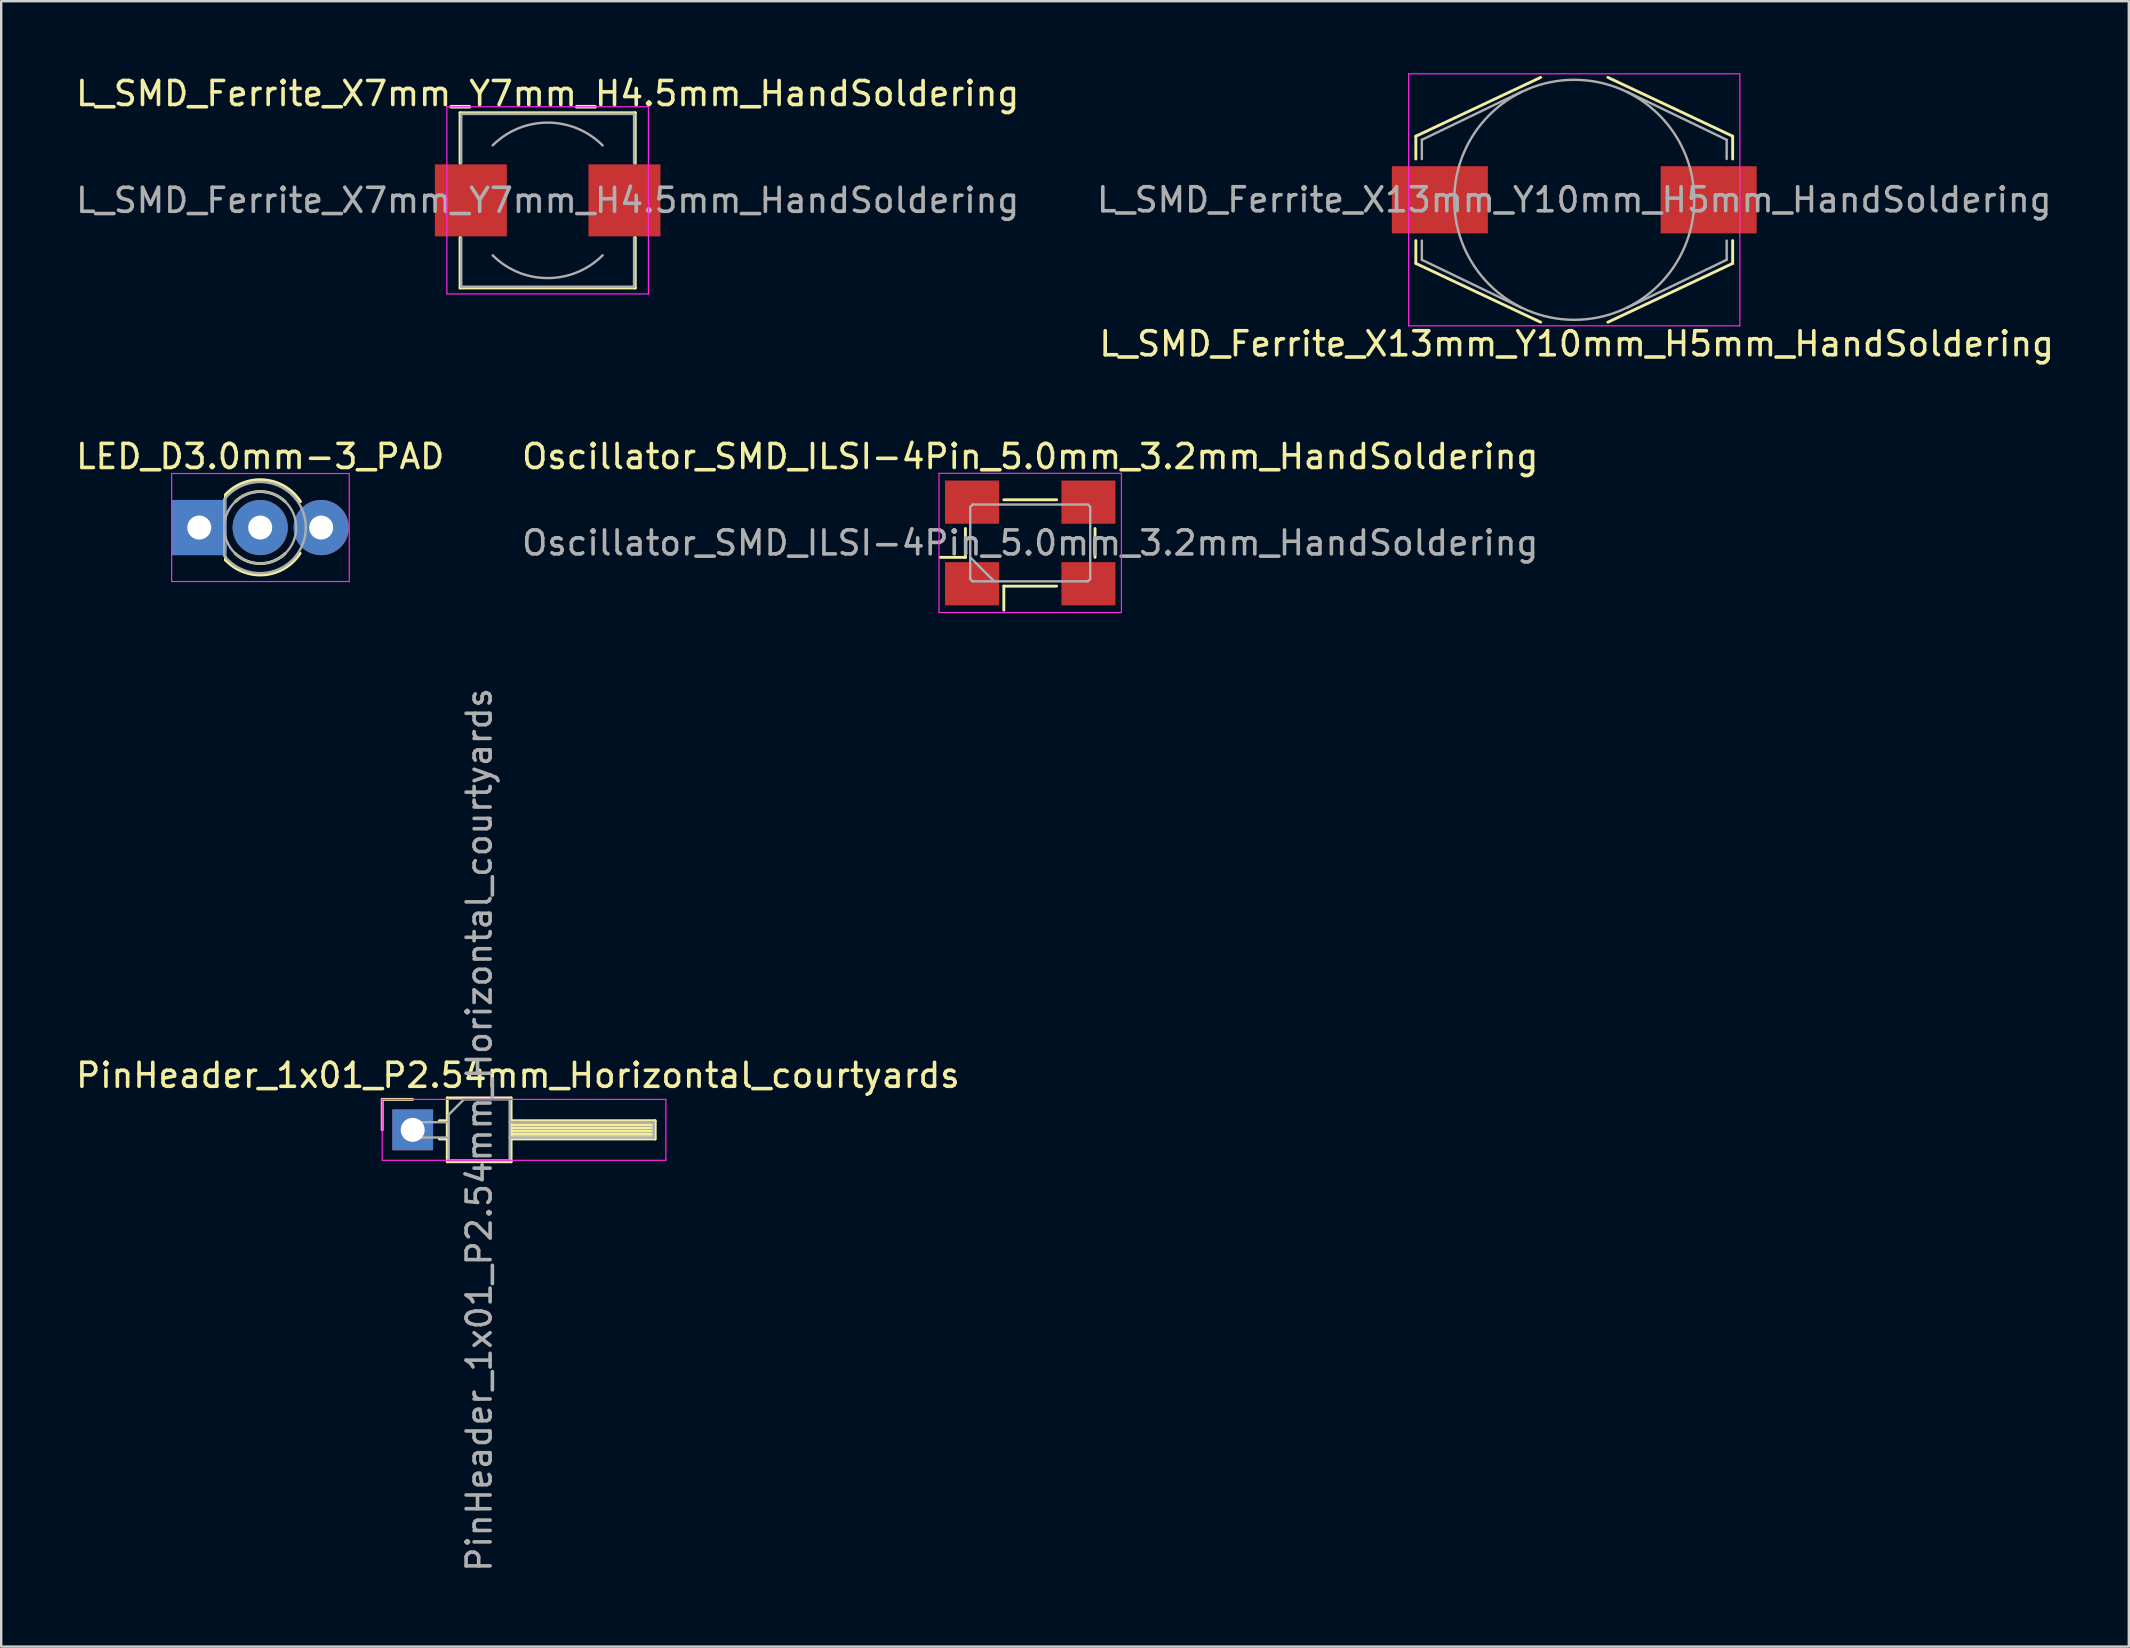
<source format=kicad_pcb>
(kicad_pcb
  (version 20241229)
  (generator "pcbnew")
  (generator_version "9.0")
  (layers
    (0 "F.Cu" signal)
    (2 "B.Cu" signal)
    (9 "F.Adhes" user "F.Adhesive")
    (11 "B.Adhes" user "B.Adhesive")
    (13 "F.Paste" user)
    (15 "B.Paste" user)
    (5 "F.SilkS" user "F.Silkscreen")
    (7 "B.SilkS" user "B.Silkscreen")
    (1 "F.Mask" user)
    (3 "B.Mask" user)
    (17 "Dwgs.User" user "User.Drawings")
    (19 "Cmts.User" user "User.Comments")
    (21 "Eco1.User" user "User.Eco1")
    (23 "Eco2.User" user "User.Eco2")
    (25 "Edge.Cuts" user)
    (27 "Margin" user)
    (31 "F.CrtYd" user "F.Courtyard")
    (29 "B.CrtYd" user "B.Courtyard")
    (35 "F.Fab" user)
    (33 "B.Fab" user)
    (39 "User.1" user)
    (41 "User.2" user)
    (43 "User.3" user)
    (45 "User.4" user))
  (footprint "PinHeader_1x01_P2.54mm_Horizontal_courtyards"
    (layer "F.Cu")
    (at 14.145 44.026)
    (property "Reference" "PinHeader_1x01_P2.54mm_Horizontal_courtyards" (at 4.385 -2.27 0) (layer "F.SilkS") (effects (font (size 1 1) (thickness 0.15))))
    (attr through_hole)
    (fp_line (start -1.27 -1.27) (end 0 -1.27) (stroke (width 0.12) (type solid)) (layer "F.SilkS"))
    (fp_line (start -1.27 0) (end -1.27 -1.27) (stroke (width 0.12) (type solid)) (layer "F.SilkS"))
    (fp_line (start 1.11 -0.38) (end 1.44 -0.38) (stroke (width 0.12) (type solid)) (layer "F.SilkS"))
    (fp_line (start 1.11 0.38) (end 1.44 0.38) (stroke (width 0.12) (type solid)) (layer "F.SilkS"))
    (fp_line (start 1.44 -1.33) (end 1.44 1.33) (stroke (width 0.12) (type solid)) (layer "F.SilkS"))
    (fp_line (start 1.44 1.33) (end 4.1 1.33) (stroke (width 0.12) (type solid)) (layer "F.SilkS"))
    (fp_line (start 4.1 -1.33) (end 1.44 -1.33) (stroke (width 0.12) (type solid)) (layer "F.SilkS"))
    (fp_line (start 4.1 -0.38) (end 10.1 -0.38) (stroke (width 0.12) (type solid)) (layer "F.SilkS"))
    (fp_line (start 4.1 -0.32) (end 10.1 -0.32) (stroke (width 0.12) (type solid)) (layer "F.SilkS"))
    (fp_line (start 4.1 -0.2) (end 10.1 -0.2) (stroke (width 0.12) (type solid)) (layer "F.SilkS"))
    (fp_line (start 4.1 -0.08) (end 10.1 -0.08) (stroke (width 0.12) (type solid)) (layer "F.SilkS"))
    (fp_line (start 4.1 0.04) (end 10.1 0.04) (stroke (width 0.12) (type solid)) (layer "F.SilkS"))
    (fp_line (start 4.1 0.16) (end 10.1 0.16) (stroke (width 0.12) (type solid)) (layer "F.SilkS"))
    (fp_line (start 4.1 0.28) (end 10.1 0.28) (stroke (width 0.12) (type solid)) (layer "F.SilkS"))
    (fp_line (start 4.1 1.33) (end 4.1 -1.33) (stroke (width 0.12) (type solid)) (layer "F.SilkS"))
    (fp_line (start 10.1 -0.38) (end 10.1 0.38) (stroke (width 0.12) (type solid)) (layer "F.SilkS"))
    (fp_line (start 10.1 0.38) (end 4.1 0.38) (stroke (width 0.12) (type solid)) (layer "F.SilkS"))
    (fp_line (start -1.27 -1.27) (end -1.27 1.27) (stroke (width 0.05) (type solid)) (layer "F.CrtYd"))
    (fp_line (start -1.27 1.27) (end 10.55 1.27) (stroke (width 0.05) (type solid)) (layer "F.CrtYd"))
    (fp_line (start 10.55 -1.27) (end -1.27 -1.27) (stroke (width 0.05) (type solid)) (layer "F.CrtYd"))
    (fp_line (start 10.55 1.27) (end 10.55 -1.27) (stroke (width 0.05) (type solid)) (layer "F.CrtYd"))
    (fp_line (start -0.32 -0.32) (end -0.32 0.32) (stroke (width 0.1) (type solid)) (layer "F.Fab"))
    (fp_line (start -0.32 -0.32) (end 1.5 -0.32) (stroke (width 0.1) (type solid)) (layer "F.Fab"))
    (fp_line (start -0.32 0.32) (end 1.5 0.32) (stroke (width 0.1) (type solid)) (layer "F.Fab"))
    (fp_line (start 1.5 -0.635) (end 2.135 -1.27) (stroke (width 0.1) (type solid)) (layer "F.Fab"))
    (fp_line (start 1.5 1.27) (end 1.5 -0.635) (stroke (width 0.1) (type solid)) (layer "F.Fab"))
    (fp_line (start 2.135 -1.27) (end 4.04 -1.27) (stroke (width 0.1) (type solid)) (layer "F.Fab"))
    (fp_line (start 4.04 -1.27) (end 4.04 1.27) (stroke (width 0.1) (type solid)) (layer "F.Fab"))
    (fp_line (start 4.04 -0.32) (end 10.04 -0.32) (stroke (width 0.1) (type solid)) (layer "F.Fab"))
    (fp_line (start 4.04 0.32) (end 10.04 0.32) (stroke (width 0.1) (type solid)) (layer "F.Fab"))
    (fp_line (start 4.04 1.27) (end 1.5 1.27) (stroke (width 0.1) (type solid)) (layer "F.Fab"))
    (fp_line (start 10.04 -0.32) (end 10.04 0.32) (stroke (width 0.1) (type solid)) (layer "F.Fab"))
    (fp_text user "${REFERENCE}" (at 2.77 0 90) (layer "F.Fab") (effects (font (size 1 1) (thickness 0.15))))
    (pad "1" thru_hole rect (at 0 0) (size 1.7 1.7) (drill 1) (layers "*.Cu" "*.Mask")))
  (footprint "Oscillator_SMD_ILSI-4Pin_5.0mm_3.2mm_HandSoldering"
    (layer "F.Cu")
    (at 39.875 19.572)
    (property "Reference" "Oscillator_SMD_ILSI-4Pin_5.0mm_3.2mm_HandSoldering" (at 0 -3.6 0) (layer "F.SilkS") (effects (font (size 1 1) (thickness 0.15))))
    (attr smd)
    (fp_line (start -3.75 0.6) (end -2.7 0.6) (stroke (width 0.12) (type solid)) (layer "F.SilkS"))
    (fp_line (start -2.7 0.6) (end -2.7 -0.6) (stroke (width 0.12) (type solid)) (layer "F.SilkS"))
    (fp_line (start -1.1 -1.8) (end 1.1 -1.8) (stroke (width 0.12) (type solid)) (layer "F.SilkS"))
    (fp_line (start -1.1 1.8) (end -1.1 2.8) (stroke (width 0.12) (type solid)) (layer "F.SilkS"))
    (fp_line (start 1.1 1.8) (end -1.1 1.8) (stroke (width 0.12) (type solid)) (layer "F.SilkS"))
    (fp_line (start 2.7 -0.6) (end 2.7 0.6) (stroke (width 0.12) (type solid)) (layer "F.SilkS"))
    (fp_line (start -3.8 -2.9) (end -3.8 2.9) (stroke (width 0.05) (type solid)) (layer "F.CrtYd"))
    (fp_line (start -3.8 2.9) (end 3.8 2.9) (stroke (width 0.05) (type solid)) (layer "F.CrtYd"))
    (fp_line (start 3.8 -2.9) (end -3.8 -2.9) (stroke (width 0.05) (type solid)) (layer "F.CrtYd"))
    (fp_line (start 3.8 2.9) (end 3.8 -2.9) (stroke (width 0.05) (type solid)) (layer "F.CrtYd"))
    (fp_line (start -2.5 -1.5) (end -2.4 -1.6) (stroke (width 0.1) (type solid)) (layer "F.Fab"))
    (fp_line (start -2.5 0.6) (end -1.5 1.6) (stroke (width 0.1) (type solid)) (layer "F.Fab"))
    (fp_line (start -2.5 1.5) (end -2.5 -1.5) (stroke (width 0.1) (type solid)) (layer "F.Fab"))
    (fp_line (start -2.4 -1.6) (end 2.4 -1.6) (stroke (width 0.1) (type solid)) (layer "F.Fab"))
    (fp_line (start -2.4 1.6) (end -2.5 1.5) (stroke (width 0.1) (type solid)) (layer "F.Fab"))
    (fp_line (start 2.4 -1.6) (end 2.5 -1.5) (stroke (width 0.1) (type solid)) (layer "F.Fab"))
    (fp_line (start 2.4 1.6) (end -2.4 1.6) (stroke (width 0.1) (type solid)) (layer "F.Fab"))
    (fp_line (start 2.5 -1.5) (end 2.5 1.5) (stroke (width 0.1) (type solid)) (layer "F.Fab"))
    (fp_line (start 2.5 1.5) (end 2.4 1.6) (stroke (width 0.1) (type solid)) (layer "F.Fab"))
    (fp_text user "${REFERENCE}" (at 0 0 0) (layer "F.Fab") (effects (font (size 1 1) (thickness 0.15))))
    (pad "1" smd rect (at -2.425 1.7) (size 2.25 1.8) (layers "F.Cu" "F.Mask" "F.Paste"))
    (pad "2" smd rect (at 2.425 1.7) (size 2.25 1.8) (layers "F.Cu" "F.Mask" "F.Paste"))
    (pad "3" smd rect (at 2.425 -1.7) (size 2.25 1.8) (layers "F.Cu" "F.Mask" "F.Paste"))
    (pad "4" smd rect (at -2.425 -1.7) (size 2.25 1.8) (layers "F.Cu" "F.Mask" "F.Paste")))
  (footprint "L_SMD_Ferrite_X13mm_Y10mm_H5mm_HandSoldering"
    (layer "F.Cu")
    (at 62.542 5.275)
    (property "Reference" "L_SMD_Ferrite_X13mm_Y10mm_H5mm_HandSoldering" (at 0.1 6 0) (layer "F.SilkS") (effects (font (size 1 1) (thickness 0.15))))
    (attr smd)
    (fp_line (start -6.6 -2.65) (end -6.6 -1.7) (stroke (width 0.12) (type solid)) (layer "F.SilkS"))
    (fp_line (start -6.6 -2.65) (end -1.4 -5.1) (stroke (width 0.12) (type solid)) (layer "F.SilkS"))
    (fp_line (start -6.6 2.65) (end -6.6 1.7) (stroke (width 0.12) (type solid)) (layer "F.SilkS"))
    (fp_line (start -6.6 2.65) (end -1.4 5.1) (stroke (width 0.12) (type solid)) (layer "F.SilkS"))
    (fp_line (start 6.6 -2.65) (end 1.4 -5.1) (stroke (width 0.12) (type solid)) (layer "F.SilkS"))
    (fp_line (start 6.6 -2.65) (end 6.6 -1.7) (stroke (width 0.12) (type solid)) (layer "F.SilkS"))
    (fp_line (start 6.6 2.65) (end 1.4 5.1) (stroke (width 0.12) (type solid)) (layer "F.SilkS"))
    (fp_line (start 6.6 2.65) (end 6.6 1.7) (stroke (width 0.12) (type solid)) (layer "F.SilkS"))
    (fp_line (start -6.9 -5.25) (end -6.9 5.25) (stroke (width 0.05) (type solid)) (layer "F.CrtYd"))
    (fp_line (start -6.9 -5.25) (end 6.9 -5.25) (stroke (width 0.05) (type solid)) (layer "F.CrtYd"))
    (fp_line (start -6.9 5.25) (end 6.9 5.25) (stroke (width 0.05) (type solid)) (layer "F.CrtYd"))
    (fp_line (start 6.9 -5.25) (end 6.9 5.25) (stroke (width 0.05) (type solid)) (layer "F.CrtYd"))
    (fp_line (start -6.35 -2.5) (end -2.2 -4.5) (stroke (width 0.1) (type solid)) (layer "F.Fab"))
    (fp_line (start -6.35 -1.7) (end -6.35 -2.5) (stroke (width 0.1) (type solid)) (layer "F.Fab"))
    (fp_line (start -6.35 2.5) (end -6.35 1.7) (stroke (width 0.1) (type solid)) (layer "F.Fab"))
    (fp_line (start -6.35 2.5) (end -2.2 4.5) (stroke (width 0.1) (type solid)) (layer "F.Fab"))
    (fp_line (start 6.35 -2.5) (end 2.2 -4.5) (stroke (width 0.1) (type solid)) (layer "F.Fab"))
    (fp_line (start 6.35 -1.7) (end 6.35 -2.5) (stroke (width 0.1) (type solid)) (layer "F.Fab"))
    (fp_line (start 6.35 2.5) (end 2.2 4.5) (stroke (width 0.1) (type solid)) (layer "F.Fab"))
    (fp_line (start 6.35 2.5) (end 6.35 1.7) (stroke (width 0.1) (type solid)) (layer "F.Fab"))
    (fp_circle (center 0 0) (end 0 -5) (stroke (width 0.1) (type solid)) (fill no) (layer "F.Fab"))
    (fp_text user "${REFERENCE}" (at 0 0 0) (layer "F.Fab") (effects (font (size 1 1) (thickness 0.15))))
    (pad "1" smd rect (at -5.6 0) (size 4 2.8) (layers "F.Cu" "F.Mask" "F.Paste"))
    (pad "2" smd rect (at 5.6 0) (size 4 2.8) (layers "F.Cu" "F.Mask" "F.Paste")))
  (footprint "L_SMD_Ferrite_X7mm_Y7mm_H4.5mm_HandSoldering"
    (layer "F.Cu")
    (at 19.768 5.298)
    (property "Reference" "L_SMD_Ferrite_X7mm_Y7mm_H4.5mm_HandSoldering" (at 0 -4.45 0) (layer "F.SilkS") (effects (font (size 1 1) (thickness 0.15))))
    (attr smd)
    (fp_line (start -3.65 -3.65) (end 3.65 -3.65) (stroke (width 0.12) (type solid)) (layer "F.SilkS"))
    (fp_line (start -3.65 -1.55) (end -3.65 -3.65) (stroke (width 0.12) (type solid)) (layer "F.SilkS"))
    (fp_line (start -3.65 3.65) (end -3.65 1.55) (stroke (width 0.12) (type solid)) (layer "F.SilkS"))
    (fp_line (start 3.65 -3.65) (end 3.65 -1.55) (stroke (width 0.12) (type solid)) (layer "F.SilkS"))
    (fp_line (start 3.65 1.55) (end 3.65 3.65) (stroke (width 0.12) (type solid)) (layer "F.SilkS"))
    (fp_line (start 3.65 3.65) (end -3.65 3.65) (stroke (width 0.12) (type solid)) (layer "F.SilkS"))
    (fp_line (start -4.2 -3.9) (end -4.2 3.9) (stroke (width 0.05) (type solid)) (layer "F.CrtYd"))
    (fp_line (start -4.2 3.9) (end 4.2 3.9) (stroke (width 0.05) (type solid)) (layer "F.CrtYd"))
    (fp_line (start 4.2 -3.9) (end -4.2 -3.9) (stroke (width 0.05) (type solid)) (layer "F.CrtYd"))
    (fp_line (start 4.2 3.9) (end 4.2 -3.9) (stroke (width 0.05) (type solid)) (layer "F.CrtYd"))
    (fp_line (start -3.6 -3.6) (end -3.6 -1.55) (stroke (width 0.1) (type solid)) (layer "F.Fab"))
    (fp_line (start -3.6 -3.6) (end 3.6 -3.6) (stroke (width 0.1) (type solid)) (layer "F.Fab"))
    (fp_line (start -3.6 3.6) (end -3.6 1.55) (stroke (width 0.1) (type solid)) (layer "F.Fab"))
    (fp_line (start 3.6 -3.6) (end 3.6 -1.55) (stroke (width 0.1) (type solid)) (layer "F.Fab"))
    (fp_line (start 3.6 3.6) (end -3.6 3.6) (stroke (width 0.1) (type solid)) (layer "F.Fab"))
    (fp_line (start 3.6 3.6) (end 3.6 1.55) (stroke (width 0.1) (type solid)) (layer "F.Fab"))
    (fp_arc (start -2.29 -2.29) (mid 0 -3.238549) (end 2.29 -2.29) (stroke (width 0.1) (type solid)) (layer "F.Fab"))
    (fp_arc (start 2.29 2.29) (mid 0 3.238549) (end -2.29 2.29) (stroke (width 0.1) (type solid)) (layer "F.Fab"))
    (fp_text user "${REFERENCE}" (at 0 0 0) (layer "F.Fab") (effects (font (size 1 1) (thickness 0.15))))
    (pad "1" smd rect (at -3.2 0) (size 3 3) (layers "F.Cu" "F.Mask" "F.Paste"))
    (pad "2" smd rect (at 3.2 0) (size 3 3) (layers "F.Cu" "F.Mask" "F.Paste")))
  (footprint "LED_D3.0mm-3_PAD"
    (layer "F.Cu")
    (at 5.252 18.931)
    (property "Reference" "LED_D3.0mm-3_PAD" (at 2.54 -2.96 0) (layer "F.SilkS") (effects (font (size 1 1) (thickness 0.15))))
    (attr through_hole)
    (fp_line (start 1.092 -1.346) (end 1.092 -1.219) (stroke (width 0.12) (type solid)) (layer "F.SilkS"))
    (fp_line (start 1.092 1.219) (end 1.092 1.35) (stroke (width 0.12) (type solid)) (layer "F.SilkS"))
    (fp_arc (start 1.0922 -1.3716) (mid 2.724756 -1.985769) (end 4.215987 -1.080963) (stroke (width 0.12) (type solid)) (layer "F.SilkS"))
    (fp_arc (start 1.499039 -1.08) (mid 2.540117 -1.5) (end 3.58113 -1.079837) (stroke (width 0.12) (type solid)) (layer "F.SilkS"))
    (fp_arc (start 3.58113 1.079837) (mid 2.540117 1.5) (end 1.499039 1.08) (stroke (width 0.12) (type solid)) (layer "F.SilkS"))
    (fp_arc (start 4.201378 1.071542) (mid 2.713963 1.969293) (end 1.0922 1.3462) (stroke (width 0.12) (type solid)) (layer "F.SilkS"))
    (fp_line (start -1.15 -2.25) (end -1.15 2.25) (stroke (width 0.05) (type solid)) (layer "F.CrtYd"))
    (fp_line (start -1.15 2.25) (end 6.25 2.25) (stroke (width 0.05) (type solid)) (layer "F.CrtYd"))
    (fp_line (start 6.25 -2.25) (end -1.15 -2.25) (stroke (width 0.05) (type solid)) (layer "F.CrtYd"))
    (fp_line (start 6.25 2.25) (end 6.25 -2.25) (stroke (width 0.05) (type solid)) (layer "F.CrtYd"))
    (fp_line (start 1.04 -1.166) (end 1.04 1.166) (stroke (width 0.1) (type solid)) (layer "F.Fab"))
    (fp_arc (start 1.04 -1.16619) (mid 4.44 0.000452) (end 1.039445 1.165476) (stroke (width 0.1) (type solid)) (layer "F.Fab"))
    (fp_circle (center 2.54 0) (end 4.04 0) (stroke (width 0.1) (type solid)) (fill no) (layer "F.Fab"))
    (pad "1" thru_hole rect (at 0 0) (size 2.3 2.3) (drill 1) (layers "*.Cu" "*.Mask"))
    (pad "2" thru_hole circle (at 2.54 0) (size 2.3 2.3) (drill 1) (layers "*.Cu" "*.Mask"))
    (pad "3" thru_hole circle (at 5.08 0) (size 2.3 2.3) (drill 1) (layers "*.Cu" "*.Mask")))
  (gr_rect
    (start -3 -3)
    (end 85.648 65.556)
    (stroke (width 0.1) (type default))
    (fill no)
    (layer "Edge.Cuts")))
</source>
